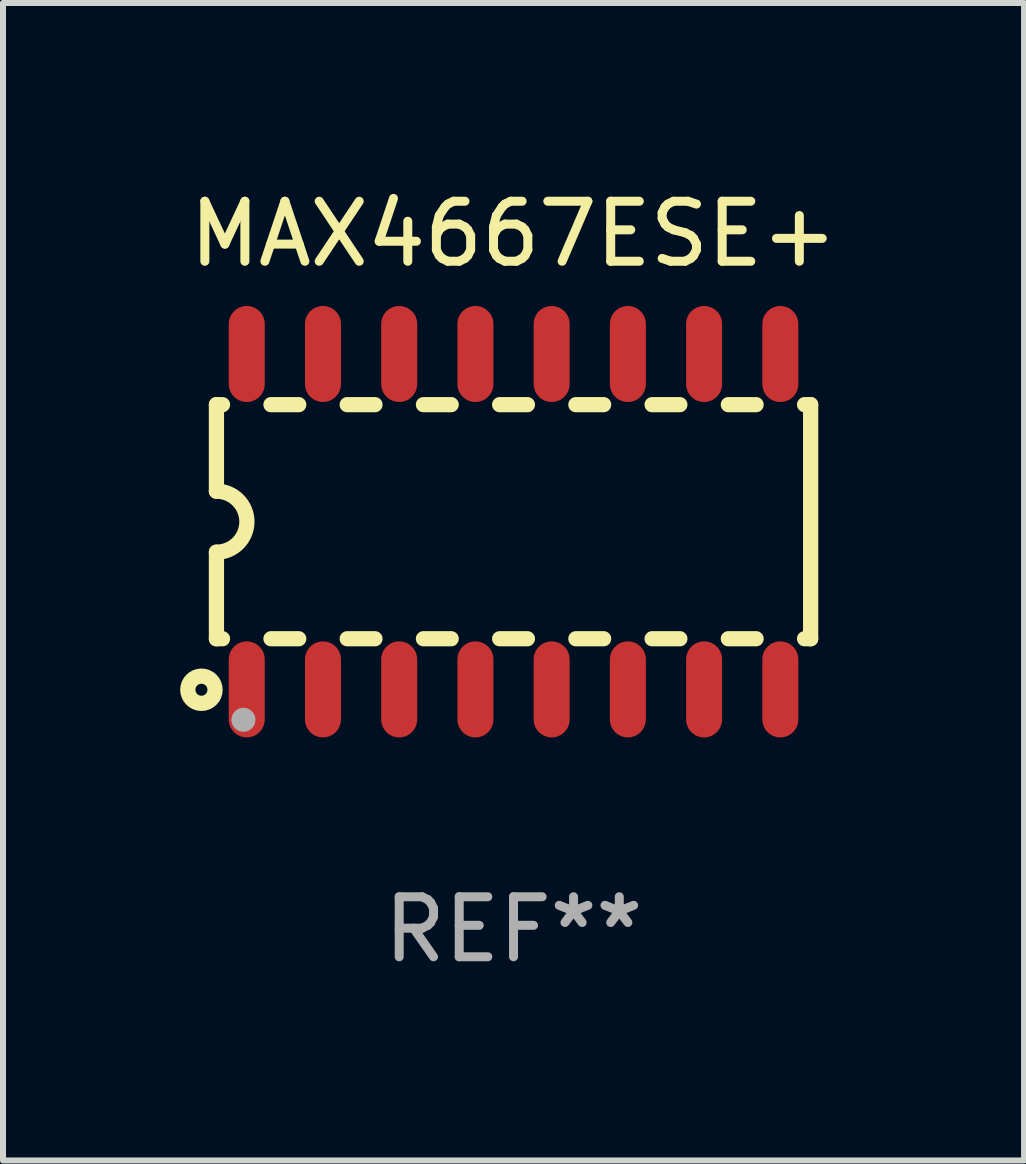
<source format=kicad_pcb>
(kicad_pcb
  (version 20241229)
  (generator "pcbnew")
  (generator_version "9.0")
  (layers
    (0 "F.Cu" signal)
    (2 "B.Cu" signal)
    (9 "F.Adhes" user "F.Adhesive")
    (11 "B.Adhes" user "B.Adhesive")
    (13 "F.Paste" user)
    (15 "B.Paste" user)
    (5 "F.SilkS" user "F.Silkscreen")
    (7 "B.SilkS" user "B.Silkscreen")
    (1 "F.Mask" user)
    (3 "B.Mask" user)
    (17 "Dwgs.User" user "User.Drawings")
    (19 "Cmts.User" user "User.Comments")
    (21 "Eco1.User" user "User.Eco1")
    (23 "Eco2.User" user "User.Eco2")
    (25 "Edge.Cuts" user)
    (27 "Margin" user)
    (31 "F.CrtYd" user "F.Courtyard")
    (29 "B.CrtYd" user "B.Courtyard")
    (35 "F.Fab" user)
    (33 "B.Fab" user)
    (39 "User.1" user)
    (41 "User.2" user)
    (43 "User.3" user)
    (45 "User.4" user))
  (footprint "MAX4667ESE+"
    (layer "F.Cu")
    (at 5.506 5.642)
    (property "Reference" "MAX4667ESE+" (at 0 -4.794 0) (layer "F.SilkS") (effects (font (size 1 1) (thickness 0.15))))
    (attr through_hole)
    (fp_line (start -4.95 -1.95) (end -4.95 -0.508) (stroke (width 0.254) (type solid)) (layer "F.SilkS"))
    (fp_line (start -4.95 -1.95) (end -4.849 -1.95) (stroke (width 0.254) (type solid)) (layer "F.SilkS"))
    (fp_line (start -4.95 1.95) (end -4.95 0.508) (stroke (width 0.254) (type solid)) (layer "F.SilkS"))
    (fp_line (start -4.95 1.95) (end -4.849 1.95) (stroke (width 0.254) (type solid)) (layer "F.SilkS"))
    (fp_line (start -4.041 -1.95) (end -3.579 -1.95) (stroke (width 0.254) (type solid)) (layer "F.SilkS"))
    (fp_line (start -4.041 1.95) (end -3.579 1.95) (stroke (width 0.254) (type solid)) (layer "F.SilkS"))
    (fp_line (start -2.771 -1.95) (end -2.309 -1.95) (stroke (width 0.254) (type solid)) (layer "F.SilkS"))
    (fp_line (start -2.771 1.95) (end -2.309 1.95) (stroke (width 0.254) (type solid)) (layer "F.SilkS"))
    (fp_line (start -1.501 -1.95) (end -1.039 -1.95) (stroke (width 0.254) (type solid)) (layer "F.SilkS"))
    (fp_line (start -1.501 1.95) (end -1.039 1.95) (stroke (width 0.254) (type solid)) (layer "F.SilkS"))
    (fp_line (start -0.231 -1.95) (end 0.231 -1.95) (stroke (width 0.254) (type solid)) (layer "F.SilkS"))
    (fp_line (start -0.231 1.95) (end 0.231 1.95) (stroke (width 0.254) (type solid)) (layer "F.SilkS"))
    (fp_line (start 1.039 -1.95) (end 1.501 -1.95) (stroke (width 0.254) (type solid)) (layer "F.SilkS"))
    (fp_line (start 1.039 1.95) (end 1.501 1.95) (stroke (width 0.254) (type solid)) (layer "F.SilkS"))
    (fp_line (start 2.309 -1.95) (end 2.771 -1.95) (stroke (width 0.254) (type solid)) (layer "F.SilkS"))
    (fp_line (start 2.309 1.95) (end 2.771 1.95) (stroke (width 0.254) (type solid)) (layer "F.SilkS"))
    (fp_line (start 3.579 -1.95) (end 4.041 -1.95) (stroke (width 0.254) (type solid)) (layer "F.SilkS"))
    (fp_line (start 3.579 1.95) (end 4.041 1.95) (stroke (width 0.254) (type solid)) (layer "F.SilkS"))
    (fp_line (start 4.849 -1.95) (end 4.95 -1.95) (stroke (width 0.254) (type solid)) (layer "F.SilkS"))
    (fp_line (start 4.849 1.95) (end 4.95 1.95) (stroke (width 0.254) (type solid)) (layer "F.SilkS"))
    (fp_line (start 4.95 -1.95) (end 4.95 1.95) (stroke (width 0.254) (type solid)) (layer "F.SilkS"))
    (fp_arc (start -4.95047 -0.508001) (mid -4.442469 -0.000228) (end -4.950013 0.508001) (stroke (width 0.254001) (type solid)) (layer "F.SilkS"))
    (fp_circle (center -5.2 2.8) (end -5.1 2.8) (stroke (width 0.254) (type solid)) (fill no) (layer "F.SilkS"))
    (fp_circle (center -4.95 2.947) (end -4.92 2.947) (stroke (width 0.06) (type solid)) (fill no) (layer "F.SilkS"))
    (fp_circle (center -4.5 3.3) (end -4.4 3.3) (stroke (width 0.2) (type solid)) (fill no) (layer "F.Fab"))
    (fp_text user "REF**" (at 0 6.794 0) (layer "F.Fab") (effects (font (size 1 1) (thickness 0.15))))
    (pad "1" smd oval (at -4.445 2.794) (size 0.6 1.6) (layers "F.Cu" "F.Mask" "F.Paste"))
    (pad "2" smd oval (at -3.175 2.794) (size 0.6 1.6) (layers "F.Cu" "F.Mask" "F.Paste"))
    (pad "3" smd oval (at -1.905 2.794) (size 0.6 1.6) (layers "F.Cu" "F.Mask" "F.Paste"))
    (pad "4" smd oval (at -0.635 2.794) (size 0.6 1.6) (layers "F.Cu" "F.Mask" "F.Paste"))
    (pad "5" smd oval (at 0.635 2.794) (size 0.6 1.6) (layers "F.Cu" "F.Mask" "F.Paste"))
    (pad "6" smd oval (at 1.905 2.794) (size 0.6 1.6) (layers "F.Cu" "F.Mask" "F.Paste"))
    (pad "7" smd oval (at 3.175 2.794) (size 0.6 1.6) (layers "F.Cu" "F.Mask" "F.Paste"))
    (pad "8" smd oval (at 4.445 2.794) (size 0.6 1.6) (layers "F.Cu" "F.Mask" "F.Paste"))
    (pad "9" smd oval (at 4.445 -2.794) (size 0.6 1.6) (layers "F.Cu" "F.Mask" "F.Paste"))
    (pad "10" smd oval (at 3.175 -2.794) (size 0.6 1.6) (layers "F.Cu" "F.Mask" "F.Paste"))
    (pad "11" smd oval (at 1.905 -2.794) (size 0.6 1.6) (layers "F.Cu" "F.Mask" "F.Paste"))
    (pad "12" smd oval (at 0.635 -2.794) (size 0.6 1.6) (layers "F.Cu" "F.Mask" "F.Paste"))
    (pad "13" smd oval (at -0.635 -2.794) (size 0.6 1.6) (layers "F.Cu" "F.Mask" "F.Paste"))
    (pad "14" smd oval (at -1.905 -2.794) (size 0.6 1.6) (layers "F.Cu" "F.Mask" "F.Paste"))
    (pad "15" smd oval (at -3.175 -2.794) (size 0.6 1.6) (layers "F.Cu" "F.Mask" "F.Paste"))
    (pad "16" smd oval (at -4.445 -2.794) (size 0.6 1.6) (layers "F.Cu" "F.Mask" "F.Paste")))
  (gr_rect
    (start -3 -3)
    (end 14.012 16.285)
    (stroke (width 0.1) (type default))
    (fill no)
    (layer "Edge.Cuts")))
</source>
